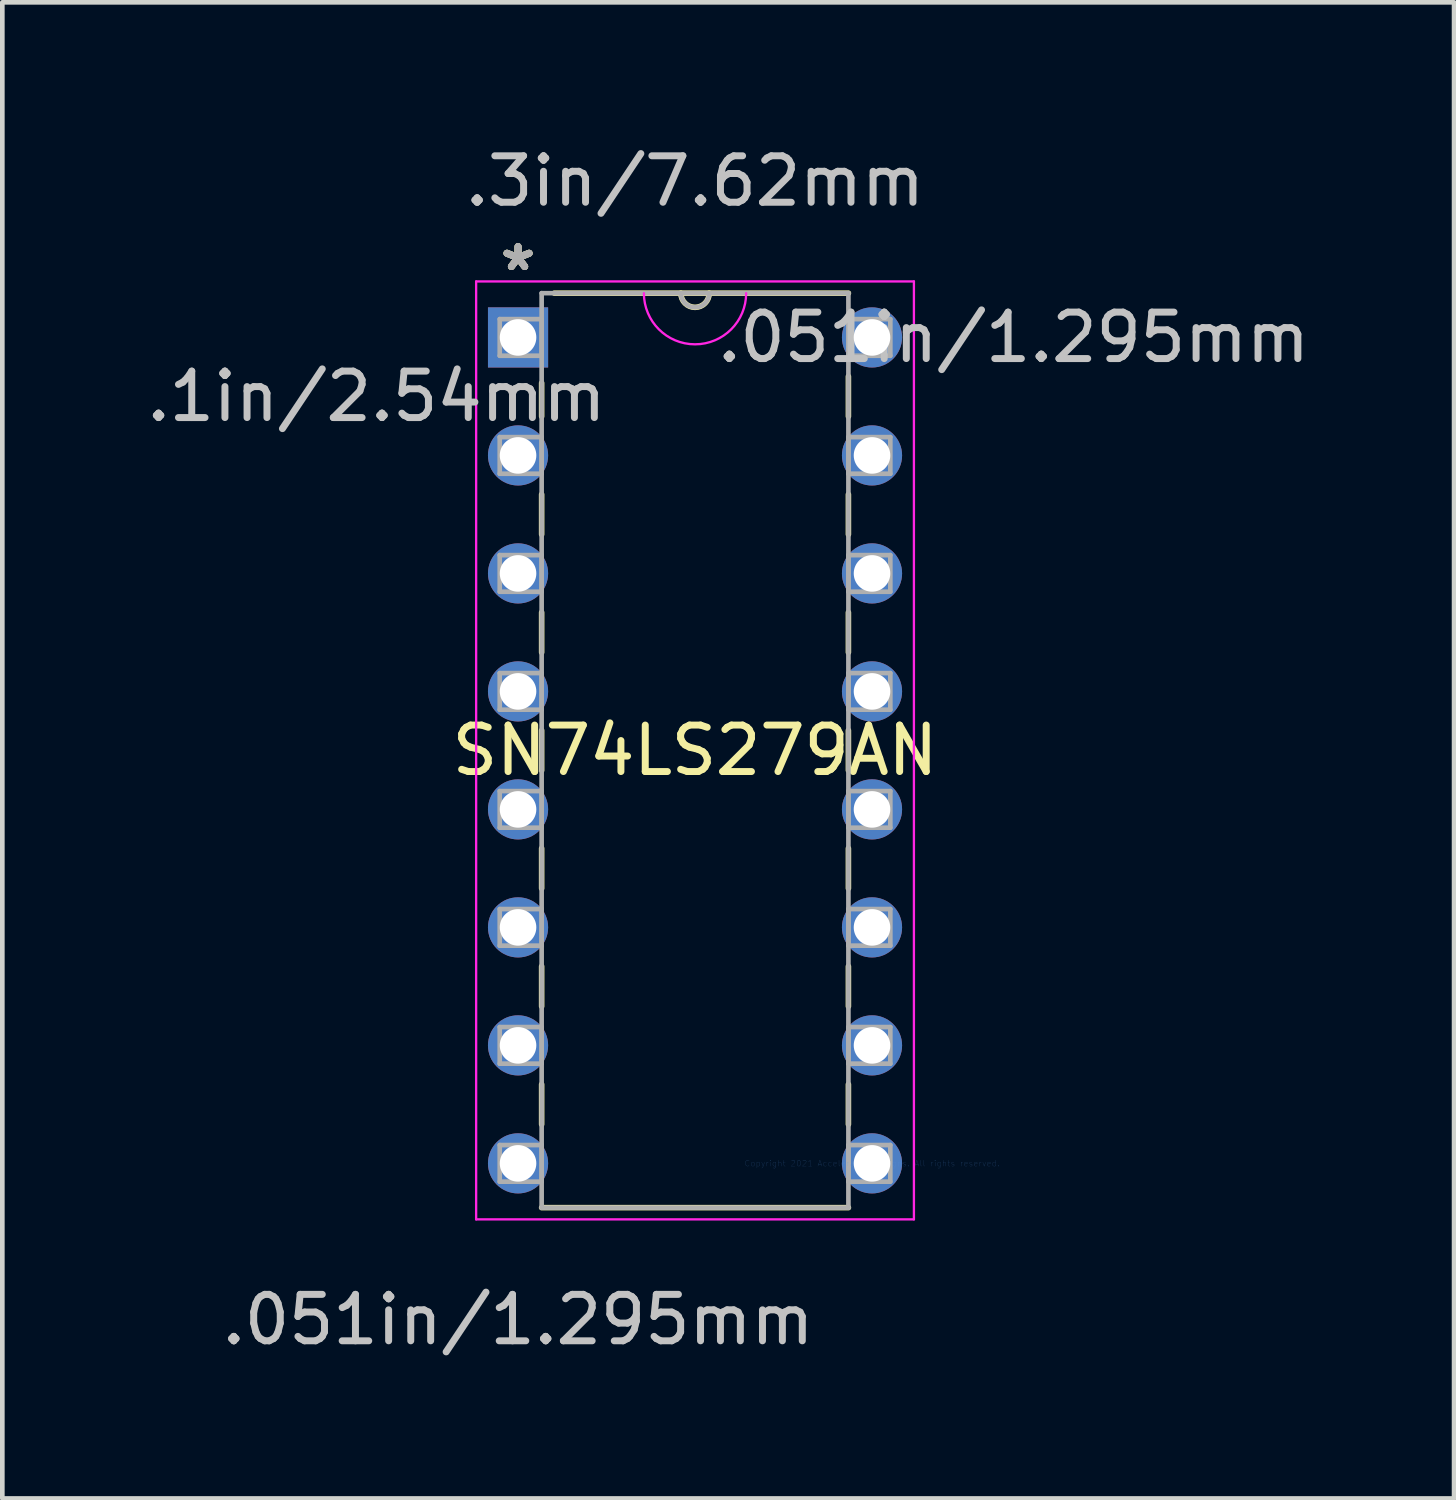
<source format=kicad_pcb>
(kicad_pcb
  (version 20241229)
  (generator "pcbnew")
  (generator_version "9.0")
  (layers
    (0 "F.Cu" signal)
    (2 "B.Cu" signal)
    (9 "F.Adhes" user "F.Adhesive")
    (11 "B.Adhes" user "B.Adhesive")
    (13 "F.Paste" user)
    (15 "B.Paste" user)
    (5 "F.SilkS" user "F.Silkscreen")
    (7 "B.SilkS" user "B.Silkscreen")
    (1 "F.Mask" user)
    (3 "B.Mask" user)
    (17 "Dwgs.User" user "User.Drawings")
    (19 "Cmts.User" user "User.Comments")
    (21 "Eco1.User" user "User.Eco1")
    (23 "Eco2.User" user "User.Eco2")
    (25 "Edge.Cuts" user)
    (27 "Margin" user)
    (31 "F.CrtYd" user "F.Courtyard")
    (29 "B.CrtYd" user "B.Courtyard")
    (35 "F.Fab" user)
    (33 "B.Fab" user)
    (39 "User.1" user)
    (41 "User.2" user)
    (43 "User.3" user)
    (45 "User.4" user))
  (footprint "SN74LS279AN"
    (layer "F.Cu")
    (at 15.722 21.994)
    (property "Reference" "SN74LS279AN" (at -3.81 -8.89 0) (layer "F.SilkS") (effects (font (size 1 1) (thickness 0.15))))
    (attr through_hole)
    (fp_line (start -7.112 -16.8) (end -7.112 -16.079) (stroke (width 0.12) (type solid)) (layer "F.SilkS"))
    (fp_line (start -7.112 -14.401) (end -7.112 -13.539) (stroke (width 0.12) (type solid)) (layer "F.SilkS"))
    (fp_line (start -7.112 -11.861) (end -7.112 -10.999) (stroke (width 0.12) (type solid)) (layer "F.SilkS"))
    (fp_line (start -7.112 -9.321) (end -7.112 -8.459) (stroke (width 0.12) (type solid)) (layer "F.SilkS"))
    (fp_line (start -7.112 -6.781) (end -7.112 -5.919) (stroke (width 0.12) (type solid)) (layer "F.SilkS"))
    (fp_line (start -7.112 -4.241) (end -7.112 -3.379) (stroke (width 0.12) (type solid)) (layer "F.SilkS"))
    (fp_line (start -7.112 -1.701) (end -7.112 -0.839) (stroke (width 0.12) (type solid)) (layer "F.SilkS"))
    (fp_line (start -7.112 0.953) (end -0.508 0.953) (stroke (width 0.12) (type solid)) (layer "F.SilkS"))
    (fp_line (start -0.508 -18.733) (end -6.839 -18.733) (stroke (width 0.12) (type solid)) (layer "F.SilkS"))
    (fp_line (start -0.508 -16.079) (end -0.508 -16.941) (stroke (width 0.12) (type solid)) (layer "F.SilkS"))
    (fp_line (start -0.508 -13.539) (end -0.508 -14.401) (stroke (width 0.12) (type solid)) (layer "F.SilkS"))
    (fp_line (start -0.508 -10.999) (end -0.508 -11.861) (stroke (width 0.12) (type solid)) (layer "F.SilkS"))
    (fp_line (start -0.508 -8.459) (end -0.508 -9.321) (stroke (width 0.12) (type solid)) (layer "F.SilkS"))
    (fp_line (start -0.508 -5.919) (end -0.508 -6.781) (stroke (width 0.12) (type solid)) (layer "F.SilkS"))
    (fp_line (start -0.508 -3.379) (end -0.508 -4.241) (stroke (width 0.12) (type solid)) (layer "F.SilkS"))
    (fp_line (start -0.508 -0.839) (end -0.508 -1.701) (stroke (width 0.12) (type solid)) (layer "F.SilkS"))
    (fp_arc (start -3.5052 -18.7325) (mid -3.81 -18.4277) (end -4.1148 -18.7325) (stroke (width 0.12) (type solid)) (layer "F.SilkS"))
    (fp_line (start -8.522 -18.986) (end 0.902 -18.986) (stroke (width 0.05) (type solid)) (layer "F.CrtYd"))
    (fp_line (start -8.522 1.206) (end -8.522 -18.986) (stroke (width 0.05) (type solid)) (layer "F.CrtYd"))
    (fp_line (start 0.902 -18.986) (end 0.902 1.206) (stroke (width 0.05) (type solid)) (layer "F.CrtYd"))
    (fp_line (start 0.902 1.206) (end -8.522 1.206) (stroke (width 0.05) (type solid)) (layer "F.CrtYd"))
    (fp_arc (start -2.709333 -18.7325) (mid -3.81 -17.631833) (end -4.910667 -18.7325) (stroke (width 0.05) (type solid)) (layer "F.CrtYd"))
    (fp_line (start -8.014 -18.174) (end -8.014 -17.386) (stroke (width 0.1) (type solid)) (layer "F.Fab"))
    (fp_line (start -8.014 -17.386) (end -7.112 -17.386) (stroke (width 0.1) (type solid)) (layer "F.Fab"))
    (fp_line (start -8.014 -15.634) (end -8.014 -14.846) (stroke (width 0.1) (type solid)) (layer "F.Fab"))
    (fp_line (start -8.014 -14.846) (end -7.112 -14.846) (stroke (width 0.1) (type solid)) (layer "F.Fab"))
    (fp_line (start -8.014 -13.094) (end -8.014 -12.306) (stroke (width 0.1) (type solid)) (layer "F.Fab"))
    (fp_line (start -8.014 -12.306) (end -7.112 -12.306) (stroke (width 0.1) (type solid)) (layer "F.Fab"))
    (fp_line (start -8.014 -10.554) (end -8.014 -9.766) (stroke (width 0.1) (type solid)) (layer "F.Fab"))
    (fp_line (start -8.014 -9.766) (end -7.112 -9.766) (stroke (width 0.1) (type solid)) (layer "F.Fab"))
    (fp_line (start -8.014 -8.014) (end -8.014 -7.226) (stroke (width 0.1) (type solid)) (layer "F.Fab"))
    (fp_line (start -8.014 -7.226) (end -7.112 -7.226) (stroke (width 0.1) (type solid)) (layer "F.Fab"))
    (fp_line (start -8.014 -5.474) (end -8.014 -4.686) (stroke (width 0.1) (type solid)) (layer "F.Fab"))
    (fp_line (start -8.014 -4.686) (end -7.112 -4.686) (stroke (width 0.1) (type solid)) (layer "F.Fab"))
    (fp_line (start -8.014 -2.934) (end -8.014 -2.146) (stroke (width 0.1) (type solid)) (layer "F.Fab"))
    (fp_line (start -8.014 -2.146) (end -7.112 -2.146) (stroke (width 0.1) (type solid)) (layer "F.Fab"))
    (fp_line (start -8.014 -0.394) (end -8.014 0.394) (stroke (width 0.1) (type solid)) (layer "F.Fab"))
    (fp_line (start -8.014 0.394) (end -7.112 0.394) (stroke (width 0.1) (type solid)) (layer "F.Fab"))
    (fp_line (start -7.112 -18.733) (end -7.112 0.953) (stroke (width 0.1) (type solid)) (layer "F.Fab"))
    (fp_line (start -7.112 -18.174) (end -8.014 -18.174) (stroke (width 0.1) (type solid)) (layer "F.Fab"))
    (fp_line (start -7.112 -17.386) (end -7.112 -18.174) (stroke (width 0.1) (type solid)) (layer "F.Fab"))
    (fp_line (start -7.112 -15.634) (end -8.014 -15.634) (stroke (width 0.1) (type solid)) (layer "F.Fab"))
    (fp_line (start -7.112 -14.846) (end -7.112 -15.634) (stroke (width 0.1) (type solid)) (layer "F.Fab"))
    (fp_line (start -7.112 -13.094) (end -8.014 -13.094) (stroke (width 0.1) (type solid)) (layer "F.Fab"))
    (fp_line (start -7.112 -12.306) (end -7.112 -13.094) (stroke (width 0.1) (type solid)) (layer "F.Fab"))
    (fp_line (start -7.112 -10.554) (end -8.014 -10.554) (stroke (width 0.1) (type solid)) (layer "F.Fab"))
    (fp_line (start -7.112 -9.766) (end -7.112 -10.554) (stroke (width 0.1) (type solid)) (layer "F.Fab"))
    (fp_line (start -7.112 -8.014) (end -8.014 -8.014) (stroke (width 0.1) (type solid)) (layer "F.Fab"))
    (fp_line (start -7.112 -7.226) (end -7.112 -8.014) (stroke (width 0.1) (type solid)) (layer "F.Fab"))
    (fp_line (start -7.112 -5.474) (end -8.014 -5.474) (stroke (width 0.1) (type solid)) (layer "F.Fab"))
    (fp_line (start -7.112 -4.686) (end -7.112 -5.474) (stroke (width 0.1) (type solid)) (layer "F.Fab"))
    (fp_line (start -7.112 -2.934) (end -8.014 -2.934) (stroke (width 0.1) (type solid)) (layer "F.Fab"))
    (fp_line (start -7.112 -2.146) (end -7.112 -2.934) (stroke (width 0.1) (type solid)) (layer "F.Fab"))
    (fp_line (start -7.112 -0.394) (end -8.014 -0.394) (stroke (width 0.1) (type solid)) (layer "F.Fab"))
    (fp_line (start -7.112 0.394) (end -7.112 -0.394) (stroke (width 0.1) (type solid)) (layer "F.Fab"))
    (fp_line (start -7.112 0.953) (end -0.508 0.953) (stroke (width 0.1) (type solid)) (layer "F.Fab"))
    (fp_line (start -0.508 -18.733) (end -7.112 -18.733) (stroke (width 0.1) (type solid)) (layer "F.Fab"))
    (fp_line (start -0.508 -18.174) (end -0.508 -17.386) (stroke (width 0.1) (type solid)) (layer "F.Fab"))
    (fp_line (start -0.508 -17.386) (end 0.394 -17.386) (stroke (width 0.1) (type solid)) (layer "F.Fab"))
    (fp_line (start -0.508 -15.634) (end -0.508 -14.846) (stroke (width 0.1) (type solid)) (layer "F.Fab"))
    (fp_line (start -0.508 -14.846) (end 0.394 -14.846) (stroke (width 0.1) (type solid)) (layer "F.Fab"))
    (fp_line (start -0.508 -13.094) (end -0.508 -12.306) (stroke (width 0.1) (type solid)) (layer "F.Fab"))
    (fp_line (start -0.508 -12.306) (end 0.394 -12.306) (stroke (width 0.1) (type solid)) (layer "F.Fab"))
    (fp_line (start -0.508 -10.554) (end -0.508 -9.766) (stroke (width 0.1) (type solid)) (layer "F.Fab"))
    (fp_line (start -0.508 -9.766) (end 0.394 -9.766) (stroke (width 0.1) (type solid)) (layer "F.Fab"))
    (fp_line (start -0.508 -8.014) (end -0.508 -7.226) (stroke (width 0.1) (type solid)) (layer "F.Fab"))
    (fp_line (start -0.508 -7.226) (end 0.394 -7.226) (stroke (width 0.1) (type solid)) (layer "F.Fab"))
    (fp_line (start -0.508 -5.474) (end -0.508 -4.686) (stroke (width 0.1) (type solid)) (layer "F.Fab"))
    (fp_line (start -0.508 -4.686) (end 0.394 -4.686) (stroke (width 0.1) (type solid)) (layer "F.Fab"))
    (fp_line (start -0.508 -2.934) (end -0.508 -2.146) (stroke (width 0.1) (type solid)) (layer "F.Fab"))
    (fp_line (start -0.508 -2.146) (end 0.394 -2.146) (stroke (width 0.1) (type solid)) (layer "F.Fab"))
    (fp_line (start -0.508 -0.394) (end -0.508 0.394) (stroke (width 0.1) (type solid)) (layer "F.Fab"))
    (fp_line (start -0.508 0.394) (end 0.394 0.394) (stroke (width 0.1) (type solid)) (layer "F.Fab"))
    (fp_line (start -0.508 0.953) (end -0.508 -18.733) (stroke (width 0.1) (type solid)) (layer "F.Fab"))
    (fp_line (start 0.394 -18.174) (end -0.508 -18.174) (stroke (width 0.1) (type solid)) (layer "F.Fab"))
    (fp_line (start 0.394 -17.386) (end 0.394 -18.174) (stroke (width 0.1) (type solid)) (layer "F.Fab"))
    (fp_line (start 0.394 -15.634) (end -0.508 -15.634) (stroke (width 0.1) (type solid)) (layer "F.Fab"))
    (fp_line (start 0.394 -14.846) (end 0.394 -15.634) (stroke (width 0.1) (type solid)) (layer "F.Fab"))
    (fp_line (start 0.394 -13.094) (end -0.508 -13.094) (stroke (width 0.1) (type solid)) (layer "F.Fab"))
    (fp_line (start 0.394 -12.306) (end 0.394 -13.094) (stroke (width 0.1) (type solid)) (layer "F.Fab"))
    (fp_line (start 0.394 -10.554) (end -0.508 -10.554) (stroke (width 0.1) (type solid)) (layer "F.Fab"))
    (fp_line (start 0.394 -9.766) (end 0.394 -10.554) (stroke (width 0.1) (type solid)) (layer "F.Fab"))
    (fp_line (start 0.394 -8.014) (end -0.508 -8.014) (stroke (width 0.1) (type solid)) (layer "F.Fab"))
    (fp_line (start 0.394 -7.226) (end 0.394 -8.014) (stroke (width 0.1) (type solid)) (layer "F.Fab"))
    (fp_line (start 0.394 -5.474) (end -0.508 -5.474) (stroke (width 0.1) (type solid)) (layer "F.Fab"))
    (fp_line (start 0.394 -4.686) (end 0.394 -5.474) (stroke (width 0.1) (type solid)) (layer "F.Fab"))
    (fp_line (start 0.394 -2.934) (end -0.508 -2.934) (stroke (width 0.1) (type solid)) (layer "F.Fab"))
    (fp_line (start 0.394 -2.146) (end 0.394 -2.934) (stroke (width 0.1) (type solid)) (layer "F.Fab"))
    (fp_line (start 0.394 -0.394) (end -0.508 -0.394) (stroke (width 0.1) (type solid)) (layer "F.Fab"))
    (fp_line (start 0.394 0.394) (end 0.394 -0.394) (stroke (width 0.1) (type solid)) (layer "F.Fab"))
    (fp_arc (start -3.5052 -18.7325) (mid -3.81 -18.4277) (end -4.1148 -18.7325) (stroke (width 0.1) (type solid)) (layer "F.Fab"))
    (fp_text user "*" (at -7.62 -19.19 0) (layer "F.SilkS") (effects (font (size 1 1) (thickness 0.15))))
    (fp_text user "*" (at -7.62 -19.19 0) (layer "F.SilkS") (effects (font (size 1 1) (thickness 0.15))))
    (fp_text user ".051in/1.295mm" (at 3.048 -17.78 0) (layer "Dwgs.User") (effects (font (size 1 1) (thickness 0.15))))
    (fp_text user ".1in/2.54mm" (at -10.668 -16.51 0) (layer "Dwgs.User") (effects (font (size 1 1) (thickness 0.15))))
    (fp_text user ".051in/1.295mm" (at -7.62 3.365 0) (layer "Dwgs.User") (effects (font (size 1 1) (thickness 0.15))))
    (fp_text user ".3in/7.62mm" (at -3.81 -21.145 0) (layer "Dwgs.User") (effects (font (size 1 1) (thickness 0.15))))
    (fp_text user "Copyright 2021 Accelerated Designs. All rights reserved." (at 0 0 0) (layer "Cmts.User") (effects (font (size 0.127 0.127) (thickness 0.002))))
    (fp_text user "*" (at -7.62 -19.19 0) (layer "F.Fab") (effects (font (size 1 1) (thickness 0.15))))
    (fp_text user "*" (at -7.62 -19.19 0) (layer "F.Fab") (effects (font (size 1 1) (thickness 0.15))))
    (pad "1" thru_hole rect (at -7.62 -17.78) (size 1.295 1.295) (drill 0.787) (layers "*.Cu" "*.Mask"))
    (pad "2" thru_hole circle (at -7.62 -15.24) (size 1.295 1.295) (drill 0.787) (layers "*.Cu" "*.Mask"))
    (pad "3" thru_hole circle (at -7.62 -12.7) (size 1.295 1.295) (drill 0.787) (layers "*.Cu" "*.Mask"))
    (pad "4" thru_hole circle (at -7.62 -10.16) (size 1.295 1.295) (drill 0.787) (layers "*.Cu" "*.Mask"))
    (pad "5" thru_hole circle (at -7.62 -7.62) (size 1.295 1.295) (drill 0.787) (layers "*.Cu" "*.Mask"))
    (pad "6" thru_hole circle (at -7.62 -5.08) (size 1.295 1.295) (drill 0.787) (layers "*.Cu" "*.Mask"))
    (pad "7" thru_hole circle (at -7.62 -2.54) (size 1.295 1.295) (drill 0.787) (layers "*.Cu" "*.Mask"))
    (pad "8" thru_hole circle (at -7.62 0) (size 1.295 1.295) (drill 0.787) (layers "*.Cu" "*.Mask"))
    (pad "9" thru_hole circle (at 0 0) (size 1.295 1.295) (drill 0.787) (layers "*.Cu" "*.Mask"))
    (pad "10" thru_hole circle (at 0 -2.54) (size 1.295 1.295) (drill 0.787) (layers "*.Cu" "*.Mask"))
    (pad "11" thru_hole circle (at 0 -5.08) (size 1.295 1.295) (drill 0.787) (layers "*.Cu" "*.Mask"))
    (pad "12" thru_hole circle (at 0 -7.62) (size 1.295 1.295) (drill 0.787) (layers "*.Cu" "*.Mask"))
    (pad "13" thru_hole circle (at 0 -10.16) (size 1.295 1.295) (drill 0.787) (layers "*.Cu" "*.Mask"))
    (pad "14" thru_hole circle (at 0 -12.7) (size 1.295 1.295) (drill 0.787) (layers "*.Cu" "*.Mask"))
    (pad "15" thru_hole circle (at 0 -15.24) (size 1.295 1.295) (drill 0.787) (layers "*.Cu" "*.Mask"))
    (pad "16" thru_hole circle (at 0 -17.78) (size 1.295 1.295) (drill 0.787) (layers "*.Cu" "*.Mask")))
  (gr_rect
    (start -3 -3)
    (end 28.252 29.207)
    (stroke (width 0.1) (type default))
    (fill no)
    (layer "Edge.Cuts")))
</source>
